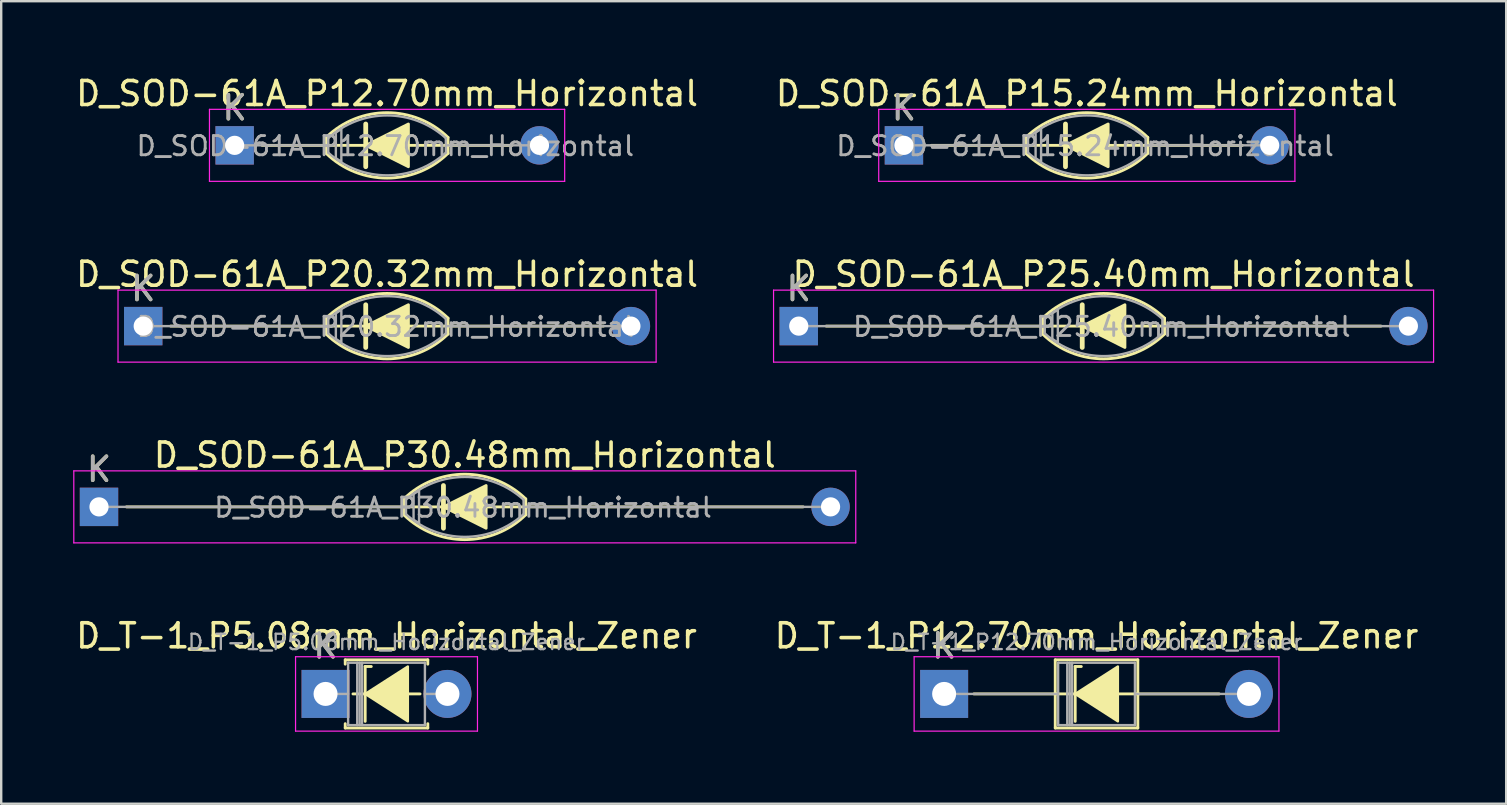
<source format=kicad_pcb>
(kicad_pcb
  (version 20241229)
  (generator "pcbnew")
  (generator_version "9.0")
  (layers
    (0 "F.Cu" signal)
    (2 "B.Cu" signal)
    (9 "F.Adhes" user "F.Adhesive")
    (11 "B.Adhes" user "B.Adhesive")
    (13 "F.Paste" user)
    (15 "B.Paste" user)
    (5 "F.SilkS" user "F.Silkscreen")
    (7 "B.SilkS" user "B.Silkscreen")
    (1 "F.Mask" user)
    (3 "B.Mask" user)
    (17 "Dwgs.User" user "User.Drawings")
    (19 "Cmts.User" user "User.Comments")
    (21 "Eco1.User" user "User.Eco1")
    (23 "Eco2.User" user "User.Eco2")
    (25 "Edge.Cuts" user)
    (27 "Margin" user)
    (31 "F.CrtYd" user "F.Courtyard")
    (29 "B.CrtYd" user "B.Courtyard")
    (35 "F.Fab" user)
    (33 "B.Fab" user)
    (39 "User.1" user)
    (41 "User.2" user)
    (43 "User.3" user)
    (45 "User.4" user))
  (footprint "D_T-1_P5.08mm_Horizontal_Zener"
    (layer "F.Cu")
    (at 10.514 25.862)
    (property "Reference" "D_T-1_P5.08mm_Horizontal_Zener" (at 2.54 -2.42 0) (layer "F.SilkS") (effects (font (size 1 1) (thickness 0.15))))
    (attr through_hole)
    (fp_line (start 0.82 -1.42) (end 4.26 -1.42) (stroke (width 0.12) (type solid)) (layer "F.SilkS"))
    (fp_line (start 0.82 -1.24) (end 0.82 -1.42) (stroke (width 0.12) (type solid)) (layer "F.SilkS"))
    (fp_line (start 0.82 1.24) (end 0.82 1.42) (stroke (width 0.12) (type solid)) (layer "F.SilkS"))
    (fp_line (start 0.82 1.42) (end 4.26 1.42) (stroke (width 0.12) (type solid)) (layer "F.SilkS"))
    (fp_line (start 1.651 -1.143) (end 1.651 1.143) (stroke (width 0.12) (type solid)) (layer "F.SilkS"))
    (fp_line (start 1.651 -1.143) (end 1.905 -1.143) (stroke (width 0.12) (type solid)) (layer "F.SilkS"))
    (fp_line (start 1.778 0) (end 1.143 0) (stroke (width 0.12) (type solid)) (layer "F.SilkS"))
    (fp_line (start 3.429 0) (end 3.937 0) (stroke (width 0.12) (type solid)) (layer "F.SilkS"))
    (fp_line (start 4.26 -1.42) (end 4.26 -1.24) (stroke (width 0.12) (type solid)) (layer "F.SilkS"))
    (fp_line (start 4.26 1.42) (end 4.26 1.24) (stroke (width 0.12) (type solid)) (layer "F.SilkS"))
    (fp_poly (pts (xy 3.429 1.143) (xy 1.651 0) (xy 3.429 -1.143)) (stroke (width 0.1) (type solid)) (fill yes) (layer "F.SilkS"))
    (fp_line (start -1.25 -1.55) (end -1.25 1.55) (stroke (width 0.05) (type solid)) (layer "F.CrtYd"))
    (fp_line (start -1.25 1.55) (end 6.33 1.55) (stroke (width 0.05) (type solid)) (layer "F.CrtYd"))
    (fp_line (start 6.33 -1.55) (end -1.25 -1.55) (stroke (width 0.05) (type solid)) (layer "F.CrtYd"))
    (fp_line (start 6.33 1.55) (end 6.33 -1.55) (stroke (width 0.05) (type solid)) (layer "F.CrtYd"))
    (fp_line (start 0 0) (end 0.94 0) (stroke (width 0.1) (type solid)) (layer "F.Fab"))
    (fp_line (start 0.94 -1.3) (end 0.94 1.3) (stroke (width 0.1) (type solid)) (layer "F.Fab"))
    (fp_line (start 0.94 1.3) (end 4.14 1.3) (stroke (width 0.1) (type solid)) (layer "F.Fab"))
    (fp_line (start 1.32 -1.3) (end 1.32 1.3) (stroke (width 0.1) (type solid)) (layer "F.Fab"))
    (fp_line (start 1.42 -1.3) (end 1.42 1.3) (stroke (width 0.1) (type solid)) (layer "F.Fab"))
    (fp_line (start 1.52 -1.3) (end 1.52 1.3) (stroke (width 0.1) (type solid)) (layer "F.Fab"))
    (fp_line (start 4.14 -1.3) (end 0.94 -1.3) (stroke (width 0.1) (type solid)) (layer "F.Fab"))
    (fp_line (start 4.14 1.3) (end 4.14 -1.3) (stroke (width 0.1) (type solid)) (layer "F.Fab"))
    (fp_line (start 5.08 0) (end 4.14 0) (stroke (width 0.1) (type solid)) (layer "F.Fab"))
    (fp_text user "K" (at 0 -2 0) (layer "F.SilkS") (effects (font (size 1 1) (thickness 0.15))))
    (fp_text user "K" (at 0 -2 0) (layer "F.Fab") (effects (font (size 1 1) (thickness 0.15))))
    (fp_text user "${REFERENCE}" (at 2.54 -2.159 0) (layer "F.Fab") (effects (font (size 0.64 0.64) (thickness 0.096))))
    (pad "1" thru_hole rect (at 0 0) (size 2 2) (drill 1) (layers "*.Cu" "*.Mask"))
    (pad "2" thru_hole oval (at 5.08 0) (size 2 2) (drill 1) (layers "*.Cu" "*.Mask")))
  (footprint "D_SOD-61A_P25.40mm_Horizontal"
    (layer "F.Cu")
    (at 30.23 10.537)
    (property "Reference" "D_SOD-61A_P25.40mm_Horizontal" (at 12.7 -2.158 0) (layer "F.SilkS") (effects (font (size 1 1) (thickness 0.15))))
    (attr through_hole)
    (fp_line (start 1.143 0) (end 24.257 0) (stroke (width 0.12) (type solid)) (layer "F.SilkS"))
    (fp_line (start 10.16 0.33) (end 10.16 -0.33) (stroke (width 0.12) (type default)) (layer "F.SilkS"))
    (fp_line (start 11.811 -0.889) (end 11.811 0.889) (stroke (width 0.2) (type default)) (layer "F.SilkS"))
    (fp_line (start 15.24 0.33) (end 15.24 -0.33) (stroke (width 0.12) (type default)) (layer "F.SilkS"))
    (fp_arc (start 10.16 -0.3302) (mid 12.7 -1.360382) (end 15.24 -0.3302) (stroke (width 0.12) (type default)) (layer "F.SilkS"))
    (fp_arc (start 15.239999 0.3302) (mid 12.7 1.36356) (end 10.160001 0.330199) (stroke (width 0.12) (type default)) (layer "F.SilkS"))
    (fp_poly (pts (xy 11.811 0) (xy 13.589 -0.889) (xy 13.589 0.889)) (stroke (width 0.12) (type solid)) (fill yes) (layer "F.SilkS"))
    (fp_line (start -1.05 -1.5) (end -1.05 1.5) (stroke (width 0.05) (type solid)) (layer "F.CrtYd"))
    (fp_line (start -1.05 1.5) (end 26.45 1.5) (stroke (width 0.05) (type solid)) (layer "F.CrtYd"))
    (fp_line (start 26.45 -1.5) (end -1.05 -1.5) (stroke (width 0.05) (type solid)) (layer "F.CrtYd"))
    (fp_line (start 26.45 1.5) (end 26.45 -1.5) (stroke (width 0.05) (type solid)) (layer "F.CrtYd"))
    (fp_line (start 10.25 -0.3) (end 10.25 0.3) (stroke (width 0.1) (type default)) (layer "F.Fab"))
    (fp_line (start 10.25 0) (end 0 0) (stroke (width 0.1) (type default)) (layer "F.Fab"))
    (fp_line (start 15.15 -0.3) (end 15.15 0.3) (stroke (width 0.1) (type default)) (layer "F.Fab"))
    (fp_line (start 15.15 0) (end 25.4 0) (stroke (width 0.1) (type default)) (layer "F.Fab"))
    (fp_arc (start 10.250001 -0.299999) (mid 12.7 -1.246955) (end 15.149999 -0.299999) (stroke (width 0.1) (type default)) (layer "F.Fab"))
    (fp_arc (start 15.152763 0.303045) (mid 12.7 1.25) (end 10.247237 0.303045) (stroke (width 0.1) (type default)) (layer "F.Fab"))
    (fp_poly (pts (xy 10.566 -0.533) (xy 10.566 0.533) (xy 10.795 0.686) (xy 10.795 -0.686)) (stroke (width 0.1) (type solid)) (fill no) (layer "F.Fab"))
    (fp_text user "K" (at 0 -1.565 0) (layer "F.SilkS") (effects (font (size 1 1) (thickness 0.15))))
    (fp_text user "K" (at 0 -1.565 0) (layer "F.Fab") (effects (font (size 1 1) (thickness 0.15))))
    (fp_text user "${REFERENCE}" (at 12.627 0.028 0) (layer "F.Fab") (effects (font (size 0.8 0.8) (thickness 0.12))))
    (pad "1" thru_hole rect (at 0 0) (size 1.6 1.6) (drill 0.8) (layers "*.Cu" "*.Mask"))
    (pad "2" thru_hole oval (at 25.4 0) (size 1.6 1.6) (drill 0.8) (layers "*.Cu" "*.Mask")))
  (footprint "D_T-1_P12.70mm_Horizontal_Zener"
    (layer "F.Cu")
    (at 36.287 25.862)
    (property "Reference" "D_T-1_P12.70mm_Horizontal_Zener" (at 6.35 -2.42 0) (layer "F.SilkS") (effects (font (size 1 1) (thickness 0.15))))
    (attr through_hole)
    (fp_line (start 1.24 0) (end 4.63 0) (stroke (width 0.12) (type solid)) (layer "F.SilkS"))
    (fp_line (start 4.63 -1.42) (end 4.63 1.42) (stroke (width 0.12) (type solid)) (layer "F.SilkS"))
    (fp_line (start 4.63 1.42) (end 8.07 1.42) (stroke (width 0.12) (type solid)) (layer "F.SilkS"))
    (fp_line (start 5.461 -1.143) (end 5.461 1.143) (stroke (width 0.12) (type solid)) (layer "F.SilkS"))
    (fp_line (start 5.461 -1.143) (end 5.715 -1.143) (stroke (width 0.12) (type solid)) (layer "F.SilkS"))
    (fp_line (start 5.588 0) (end 4.63 0) (stroke (width 0.12) (type solid)) (layer "F.SilkS"))
    (fp_line (start 7.239 0) (end 8.07 0) (stroke (width 0.12) (type solid)) (layer "F.SilkS"))
    (fp_line (start 8.07 -1.42) (end 4.63 -1.42) (stroke (width 0.12) (type solid)) (layer "F.SilkS"))
    (fp_line (start 8.07 1.42) (end 8.07 -1.42) (stroke (width 0.12) (type solid)) (layer "F.SilkS"))
    (fp_line (start 11.46 0) (end 8.07 0) (stroke (width 0.12) (type solid)) (layer "F.SilkS"))
    (fp_poly (pts (xy 7.239 1.143) (xy 5.461 0) (xy 7.239 -1.143)) (stroke (width 0.1) (type solid)) (fill yes) (layer "F.SilkS"))
    (fp_line (start -1.25 -1.55) (end -1.25 1.55) (stroke (width 0.05) (type solid)) (layer "F.CrtYd"))
    (fp_line (start -1.25 1.55) (end 13.95 1.55) (stroke (width 0.05) (type solid)) (layer "F.CrtYd"))
    (fp_line (start 13.95 -1.55) (end -1.25 -1.55) (stroke (width 0.05) (type solid)) (layer "F.CrtYd"))
    (fp_line (start 13.95 1.55) (end 13.95 -1.55) (stroke (width 0.05) (type solid)) (layer "F.CrtYd"))
    (fp_line (start 0 0) (end 4.75 0) (stroke (width 0.1) (type solid)) (layer "F.Fab"))
    (fp_line (start 4.75 -1.3) (end 4.75 1.3) (stroke (width 0.1) (type solid)) (layer "F.Fab"))
    (fp_line (start 4.75 1.3) (end 7.95 1.3) (stroke (width 0.1) (type solid)) (layer "F.Fab"))
    (fp_line (start 5.13 -1.3) (end 5.13 1.3) (stroke (width 0.1) (type solid)) (layer "F.Fab"))
    (fp_line (start 5.23 -1.3) (end 5.23 1.3) (stroke (width 0.1) (type solid)) (layer "F.Fab"))
    (fp_line (start 5.33 -1.3) (end 5.33 1.3) (stroke (width 0.1) (type solid)) (layer "F.Fab"))
    (fp_line (start 7.95 -1.3) (end 4.75 -1.3) (stroke (width 0.1) (type solid)) (layer "F.Fab"))
    (fp_line (start 7.95 1.3) (end 7.95 -1.3) (stroke (width 0.1) (type solid)) (layer "F.Fab"))
    (fp_line (start 12.7 0) (end 7.95 0) (stroke (width 0.1) (type solid)) (layer "F.Fab"))
    (fp_text user "K" (at 0 -2 0) (layer "F.SilkS") (effects (font (size 1 1) (thickness 0.15))))
    (fp_text user "${REFERENCE}" (at 6.35 -2.159 0) (layer "F.Fab") (effects (font (size 0.64 0.64) (thickness 0.096))))
    (fp_text user "K" (at 0 -2 0) (layer "F.Fab") (effects (font (size 1 1) (thickness 0.15))))
    (pad "1" thru_hole rect (at 0 0) (size 2 2) (drill 1) (layers "*.Cu" "*.Mask"))
    (pad "2" thru_hole oval (at 12.7 0) (size 2 2) (drill 1) (layers "*.Cu" "*.Mask")))
  (footprint "D_SOD-61A_P20.32mm_Horizontal"
    (layer "F.Cu")
    (at 2.917 10.537)
    (property "Reference" "D_SOD-61A_P20.32mm_Horizontal" (at 10.16 -2.158 0) (layer "F.SilkS") (effects (font (size 1 1) (thickness 0.15))))
    (attr through_hole)
    (fp_line (start 1.143 0) (end 19.177 0) (stroke (width 0.12) (type solid)) (layer "F.SilkS"))
    (fp_line (start 7.62 0.33) (end 7.62 -0.33) (stroke (width 0.12) (type default)) (layer "F.SilkS"))
    (fp_line (start 9.271 -0.889) (end 9.271 0.889) (stroke (width 0.2) (type default)) (layer "F.SilkS"))
    (fp_line (start 12.7 0.33) (end 12.7 -0.33) (stroke (width 0.12) (type default)) (layer "F.SilkS"))
    (fp_arc (start 7.62 -0.3302) (mid 10.16 -1.360382) (end 12.7 -0.3302) (stroke (width 0.12) (type default)) (layer "F.SilkS"))
    (fp_arc (start 12.699999 0.3302) (mid 10.16 1.36356) (end 7.620001 0.330199) (stroke (width 0.12) (type default)) (layer "F.SilkS"))
    (fp_poly (pts (xy 9.271 0) (xy 11.049 -0.889) (xy 11.049 0.889)) (stroke (width 0.12) (type solid)) (fill yes) (layer "F.SilkS"))
    (fp_line (start -1.05 -1.5) (end -1.05 1.5) (stroke (width 0.05) (type solid)) (layer "F.CrtYd"))
    (fp_line (start -1.05 1.5) (end 21.37 1.5) (stroke (width 0.05) (type solid)) (layer "F.CrtYd"))
    (fp_line (start 21.37 -1.5) (end -1.05 -1.5) (stroke (width 0.05) (type solid)) (layer "F.CrtYd"))
    (fp_line (start 21.37 1.5) (end 21.37 -1.5) (stroke (width 0.05) (type solid)) (layer "F.CrtYd"))
    (fp_line (start 7.71 -0.3) (end 7.71 0.3) (stroke (width 0.1) (type default)) (layer "F.Fab"))
    (fp_line (start 7.71 0) (end 0 0) (stroke (width 0.1) (type default)) (layer "F.Fab"))
    (fp_line (start 12.61 -0.3) (end 12.61 0.3) (stroke (width 0.1) (type default)) (layer "F.Fab"))
    (fp_line (start 12.61 0) (end 20.32 0) (stroke (width 0.1) (type default)) (layer "F.Fab"))
    (fp_arc (start 7.710001 -0.299999) (mid 10.16 -1.246955) (end 12.609999 -0.299999) (stroke (width 0.1) (type default)) (layer "F.Fab"))
    (fp_arc (start 12.612763 0.303045) (mid 10.16 1.25) (end 7.707237 0.303045) (stroke (width 0.1) (type default)) (layer "F.Fab"))
    (fp_poly (pts (xy 8.026 -0.533) (xy 8.026 0.533) (xy 8.255 0.686) (xy 8.255 -0.686)) (stroke (width 0.1) (type solid)) (fill no) (layer "F.Fab"))
    (fp_text user "K" (at 0 -1.565 0) (layer "F.SilkS") (effects (font (size 1 1) (thickness 0.15))))
    (fp_text user "K" (at 0 -1.565 0) (layer "F.Fab") (effects (font (size 1 1) (thickness 0.15))))
    (fp_text user "${REFERENCE}" (at 10.087 0.028 0) (layer "F.Fab") (effects (font (size 0.8 0.8) (thickness 0.12))))
    (pad "1" thru_hole rect (at 0 0) (size 1.6 1.6) (drill 0.8) (layers "*.Cu" "*.Mask"))
    (pad "2" thru_hole oval (at 20.32 0) (size 1.6 1.6) (drill 0.8) (layers "*.Cu" "*.Mask")))
  (footprint "D_SOD-61A_P30.48mm_Horizontal"
    (layer "F.Cu")
    (at 1.075 18.069)
    (property "Reference" "D_SOD-61A_P30.48mm_Horizontal" (at 15.24 -2.158 0) (layer "F.SilkS") (effects (font (size 1 1) (thickness 0.15))))
    (attr through_hole)
    (fp_line (start 1.143 0) (end 29.337 0) (stroke (width 0.12) (type solid)) (layer "F.SilkS"))
    (fp_line (start 12.7 0.33) (end 12.7 -0.33) (stroke (width 0.12) (type default)) (layer "F.SilkS"))
    (fp_line (start 14.351 -0.889) (end 14.351 0.889) (stroke (width 0.2) (type default)) (layer "F.SilkS"))
    (fp_line (start 17.78 0.33) (end 17.78 -0.33) (stroke (width 0.12) (type default)) (layer "F.SilkS"))
    (fp_arc (start 12.7 -0.3302) (mid 15.24 -1.360382) (end 17.78 -0.3302) (stroke (width 0.12) (type default)) (layer "F.SilkS"))
    (fp_arc (start 17.779999 0.3302) (mid 15.24 1.36356) (end 12.700001 0.330199) (stroke (width 0.12) (type default)) (layer "F.SilkS"))
    (fp_poly (pts (xy 14.351 0) (xy 16.129 -0.889) (xy 16.129 0.889)) (stroke (width 0.12) (type solid)) (fill yes) (layer "F.SilkS"))
    (fp_line (start -1.05 -1.5) (end -1.05 1.5) (stroke (width 0.05) (type solid)) (layer "F.CrtYd"))
    (fp_line (start -1.05 1.5) (end 31.53 1.5) (stroke (width 0.05) (type solid)) (layer "F.CrtYd"))
    (fp_line (start 31.53 -1.5) (end -1.05 -1.5) (stroke (width 0.05) (type solid)) (layer "F.CrtYd"))
    (fp_line (start 31.53 1.5) (end 31.53 -1.5) (stroke (width 0.05) (type solid)) (layer "F.CrtYd"))
    (fp_line (start 12.79 -0.3) (end 12.79 0.3) (stroke (width 0.1) (type default)) (layer "F.Fab"))
    (fp_line (start 12.79 0) (end 0 0) (stroke (width 0.1) (type default)) (layer "F.Fab"))
    (fp_line (start 17.69 -0.3) (end 17.69 0.3) (stroke (width 0.1) (type default)) (layer "F.Fab"))
    (fp_line (start 17.69 0) (end 30.48 0) (stroke (width 0.1) (type default)) (layer "F.Fab"))
    (fp_arc (start 12.790001 -0.299999) (mid 15.24 -1.246955) (end 17.689999 -0.299999) (stroke (width 0.1) (type default)) (layer "F.Fab"))
    (fp_arc (start 17.692763 0.303045) (mid 15.24 1.25) (end 12.787237 0.303045) (stroke (width 0.1) (type default)) (layer "F.Fab"))
    (fp_poly (pts (xy 13.106 -0.533) (xy 13.106 0.533) (xy 13.335 0.686) (xy 13.335 -0.686)) (stroke (width 0.1) (type solid)) (fill no) (layer "F.Fab"))
    (fp_text user "K" (at 0 -1.565 0) (layer "F.SilkS") (effects (font (size 1 1) (thickness 0.15))))
    (fp_text user "${REFERENCE}" (at 15.167 0.028 0) (layer "F.Fab") (effects (font (size 0.8 0.8) (thickness 0.12))))
    (fp_text user "K" (at 0 -1.565 0) (layer "F.Fab") (effects (font (size 1 1) (thickness 0.15))))
    (pad "1" thru_hole rect (at 0 0) (size 1.6 1.6) (drill 0.8) (layers "*.Cu" "*.Mask"))
    (pad "2" thru_hole oval (at 30.48 0) (size 1.6 1.6) (drill 0.8) (layers "*.Cu" "*.Mask")))
  (footprint "D_SOD-61A_P15.24mm_Horizontal"
    (layer "F.Cu")
    (at 34.612 3.006)
    (property "Reference" "D_SOD-61A_P15.24mm_Horizontal" (at 7.62 -2.158 0) (layer "F.SilkS") (effects (font (size 1 1) (thickness 0.15))))
    (attr through_hole)
    (fp_line (start 1.143 0) (end 14.097 0) (stroke (width 0.12) (type solid)) (layer "F.SilkS"))
    (fp_line (start 5.08 0.33) (end 5.08 -0.33) (stroke (width 0.12) (type default)) (layer "F.SilkS"))
    (fp_line (start 6.731 -0.889) (end 6.731 0.889) (stroke (width 0.2) (type default)) (layer "F.SilkS"))
    (fp_line (start 10.16 0.33) (end 10.16 -0.33) (stroke (width 0.12) (type default)) (layer "F.SilkS"))
    (fp_arc (start 5.08 -0.3302) (mid 7.62 -1.360382) (end 10.16 -0.3302) (stroke (width 0.12) (type default)) (layer "F.SilkS"))
    (fp_arc (start 10.159999 0.3302) (mid 7.62 1.36356) (end 5.080001 0.330199) (stroke (width 0.12) (type default)) (layer "F.SilkS"))
    (fp_poly (pts (xy 6.731 0) (xy 8.509 -0.889) (xy 8.509 0.889)) (stroke (width 0.12) (type solid)) (fill yes) (layer "F.SilkS"))
    (fp_line (start -1.05 -1.5) (end -1.05 1.5) (stroke (width 0.05) (type solid)) (layer "F.CrtYd"))
    (fp_line (start -1.05 1.5) (end 16.29 1.5) (stroke (width 0.05) (type solid)) (layer "F.CrtYd"))
    (fp_line (start 16.29 -1.5) (end -1.05 -1.5) (stroke (width 0.05) (type solid)) (layer "F.CrtYd"))
    (fp_line (start 16.29 1.5) (end 16.29 -1.5) (stroke (width 0.05) (type solid)) (layer "F.CrtYd"))
    (fp_line (start 5.17 -0.3) (end 5.17 0.3) (stroke (width 0.1) (type default)) (layer "F.Fab"))
    (fp_line (start 5.17 0) (end 0 0) (stroke (width 0.1) (type default)) (layer "F.Fab"))
    (fp_line (start 10.07 -0.3) (end 10.07 0.3) (stroke (width 0.1) (type default)) (layer "F.Fab"))
    (fp_line (start 10.07 0) (end 15.24 0) (stroke (width 0.1) (type default)) (layer "F.Fab"))
    (fp_arc (start 5.170001 -0.299999) (mid 7.62 -1.246955) (end 10.069999 -0.299999) (stroke (width 0.1) (type default)) (layer "F.Fab"))
    (fp_arc (start 10.072763 0.303045) (mid 7.62 1.25) (end 5.167237 0.303045) (stroke (width 0.1) (type default)) (layer "F.Fab"))
    (fp_poly (pts (xy 5.486 -0.533) (xy 5.486 0.533) (xy 5.715 0.686) (xy 5.715 -0.686)) (stroke (width 0.1) (type solid)) (fill no) (layer "F.Fab"))
    (fp_text user "K" (at 0 -1.565 0) (layer "F.SilkS") (effects (font (size 1 1) (thickness 0.15))))
    (fp_text user "${REFERENCE}" (at 7.547 0.028 0) (layer "F.Fab") (effects (font (size 0.8 0.8) (thickness 0.12))))
    (fp_text user "K" (at 0 -1.565 0) (layer "F.Fab") (effects (font (size 1 1) (thickness 0.15))))
    (pad "1" thru_hole rect (at 0 0) (size 1.6 1.6) (drill 0.8) (layers "*.Cu" "*.Mask"))
    (pad "2" thru_hole oval (at 15.24 0) (size 1.6 1.6) (drill 0.8) (layers "*.Cu" "*.Mask")))
  (footprint "D_SOD-61A_P12.70mm_Horizontal"
    (layer "F.Cu")
    (at 6.727 3.006)
    (property "Reference" "D_SOD-61A_P12.70mm_Horizontal" (at 6.35 -2.158 0) (layer "F.SilkS") (effects (font (size 1 1) (thickness 0.15))))
    (attr through_hole)
    (fp_line (start 1.143 0) (end 11.557 0) (stroke (width 0.12) (type solid)) (layer "F.SilkS"))
    (fp_line (start 3.81 0.33) (end 3.81 -0.33) (stroke (width 0.12) (type default)) (layer "F.SilkS"))
    (fp_line (start 5.461 -0.889) (end 5.461 0.889) (stroke (width 0.2) (type default)) (layer "F.SilkS"))
    (fp_line (start 8.89 0.33) (end 8.89 -0.33) (stroke (width 0.12) (type default)) (layer "F.SilkS"))
    (fp_arc (start 3.81 -0.3302) (mid 6.35 -1.360382) (end 8.89 -0.3302) (stroke (width 0.12) (type default)) (layer "F.SilkS"))
    (fp_arc (start 8.889999 0.3302) (mid 6.35 1.36356) (end 3.810001 0.330199) (stroke (width 0.12) (type default)) (layer "F.SilkS"))
    (fp_poly (pts (xy 5.461 0) (xy 7.239 -0.889) (xy 7.239 0.889)) (stroke (width 0.12) (type solid)) (fill yes) (layer "F.SilkS"))
    (fp_line (start -1.05 -1.5) (end -1.05 1.5) (stroke (width 0.05) (type solid)) (layer "F.CrtYd"))
    (fp_line (start -1.05 1.5) (end 13.75 1.5) (stroke (width 0.05) (type solid)) (layer "F.CrtYd"))
    (fp_line (start 13.75 -1.5) (end -1.05 -1.5) (stroke (width 0.05) (type solid)) (layer "F.CrtYd"))
    (fp_line (start 13.75 1.5) (end 13.75 -1.5) (stroke (width 0.05) (type solid)) (layer "F.CrtYd"))
    (fp_line (start 3.9 -0.3) (end 3.9 0.3) (stroke (width 0.1) (type default)) (layer "F.Fab"))
    (fp_line (start 3.9 0) (end 0 0) (stroke (width 0.1) (type default)) (layer "F.Fab"))
    (fp_line (start 8.8 -0.3) (end 8.8 0.3) (stroke (width 0.1) (type default)) (layer "F.Fab"))
    (fp_line (start 8.8 0) (end 12.7 0) (stroke (width 0.1) (type default)) (layer "F.Fab"))
    (fp_arc (start 3.900001 -0.299999) (mid 6.35 -1.246955) (end 8.799999 -0.299999) (stroke (width 0.1) (type default)) (layer "F.Fab"))
    (fp_arc (start 8.802763 0.303045) (mid 6.35 1.25) (end 3.897237 0.303045) (stroke (width 0.1) (type default)) (layer "F.Fab"))
    (fp_poly (pts (xy 4.216 -0.533) (xy 4.216 0.533) (xy 4.445 0.686) (xy 4.445 -0.686)) (stroke (width 0.1) (type solid)) (fill no) (layer "F.Fab"))
    (fp_text user "K" (at 0 -1.565 0) (layer "F.SilkS") (effects (font (size 1 1) (thickness 0.15))))
    (fp_text user "K" (at 0 -1.565 0) (layer "F.Fab") (effects (font (size 1 1) (thickness 0.15))))
    (fp_text user "${REFERENCE}" (at 6.277 0.028 0) (layer "F.Fab") (effects (font (size 0.8 0.8) (thickness 0.12))))
    (pad "1" thru_hole rect (at 0 0) (size 1.6 1.6) (drill 0.8) (layers "*.Cu" "*.Mask"))
    (pad "2" thru_hole oval (at 12.7 0) (size 1.6 1.6) (drill 0.8) (layers "*.Cu" "*.Mask")))
  (gr_rect
    (start -3 -3)
    (end 59.705 30.437)
    (stroke (width 0.1) (type default))
    (fill no)
    (layer "Edge.Cuts")))
</source>
